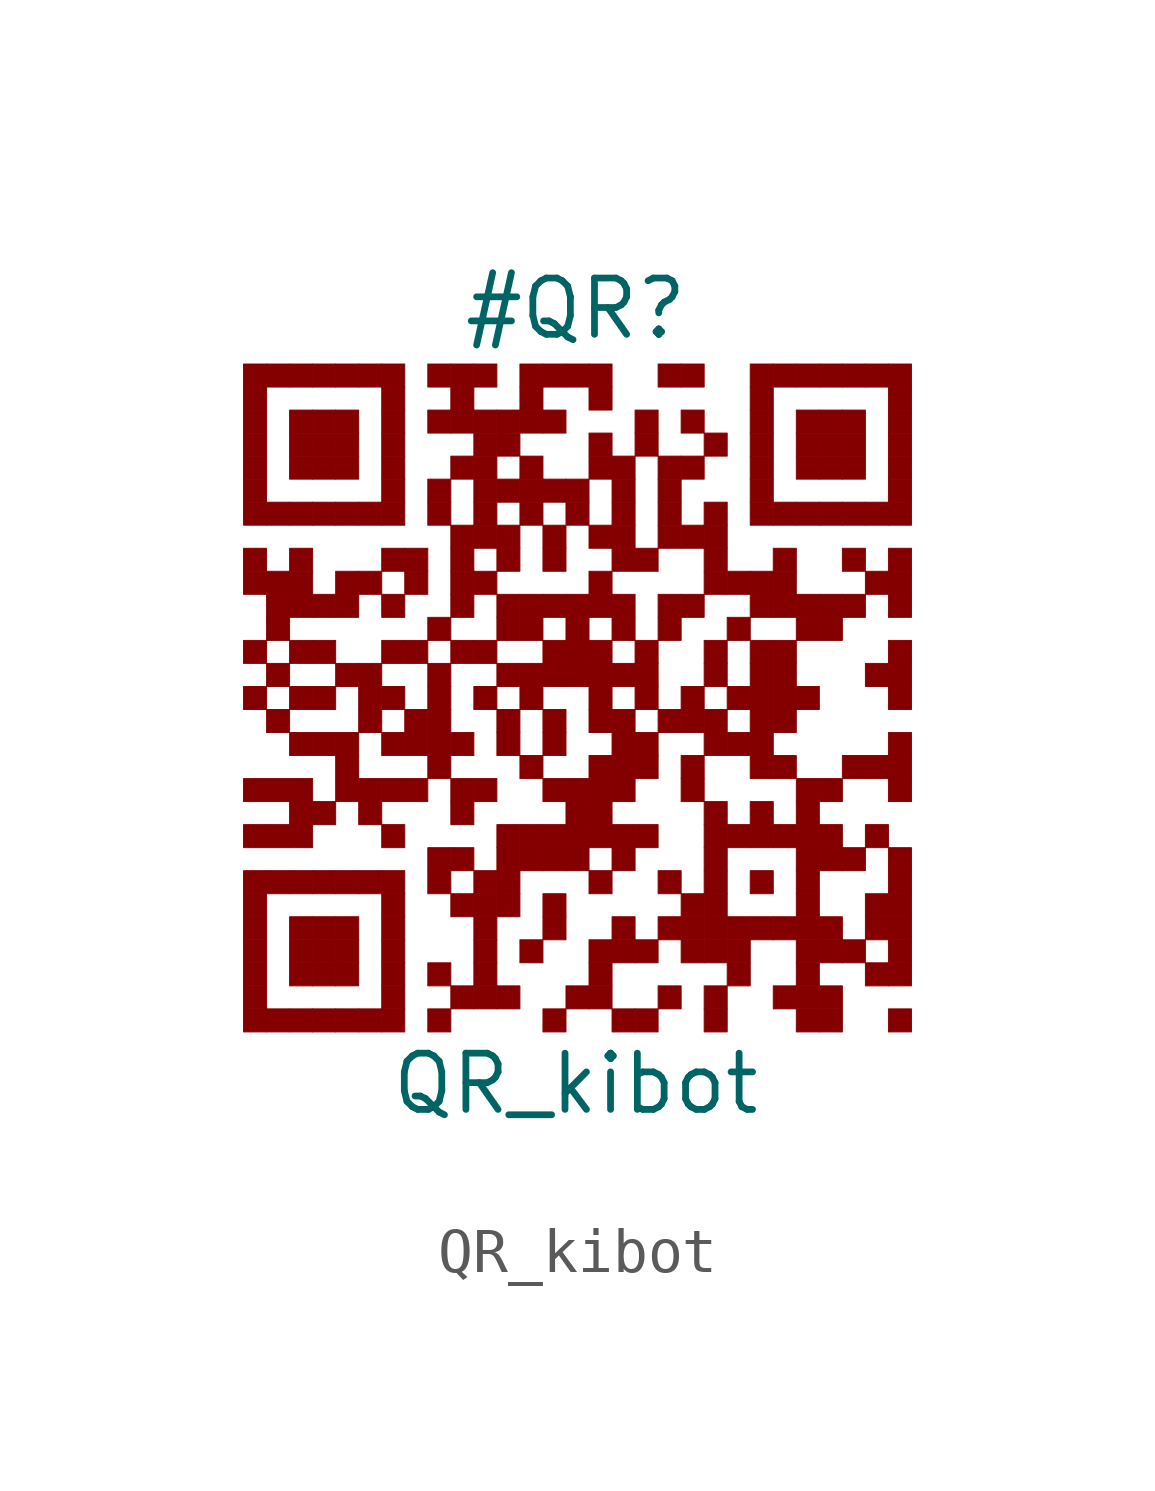
<source format=kicad_sym>
(kicad_symbol_lib
  (version 20211014)
  (generator kibot)
  (symbol "QR_kibot"
    (pin_numbers hide)
    (pin_names hide)
    (property "Reference" "#QR"
      (at 0 8.75 0)
      (effects (font (size 1.27 1.27))))
    (property "Value" "QR_kibot"
      (at 0 -8.75 0)
      (effects (font (size 1.27 1.27))))
    (rectangle
      (start -7.5 7.5)
      (end -6.98 6.98)
      (stroke (width 0.001) (type default))
      (fill (type outline)))
    (rectangle
      (start -6.98 7.5)
      (end -6.46 6.98)
      (stroke (width 0.001) (type default))
      (fill (type outline)))
    (rectangle
      (start -6.46 7.5)
      (end -5.94 6.98)
      (stroke (width 0.001) (type default))
      (fill (type outline)))
    (rectangle
      (start -5.94 7.5)
      (end -5.42 6.98)
      (stroke (width 0.001) (type default))
      (fill (type outline)))
    (rectangle
      (start -5.42 7.5)
      (end -4.9 6.98)
      (stroke (width 0.001) (type default))
      (fill (type outline)))
    (rectangle
      (start -4.9 7.5)
      (end -4.38 6.98)
      (stroke (width 0.001) (type default))
      (fill (type outline)))
    (rectangle
      (start -4.38 7.5)
      (end -3.86 6.98)
      (stroke (width 0.001) (type default))
      (fill (type outline)))
    (rectangle
      (start -3.34 7.5)
      (end -2.82 6.98)
      (stroke (width 0.001) (type default))
      (fill (type outline)))
    (rectangle
      (start -2.82 7.5)
      (end -2.3 6.98)
      (stroke (width 0.001) (type default))
      (fill (type outline)))
    (rectangle
      (start -2.3 7.5)
      (end -1.78 6.98)
      (stroke (width 0.001) (type default))
      (fill (type outline)))
    (rectangle
      (start -1.26 7.5)
      (end -0.74 6.98)
      (stroke (width 0.001) (type default))
      (fill (type outline)))
    (rectangle
      (start -0.74 7.5)
      (end -0.22 6.98)
      (stroke (width 0.001) (type default))
      (fill (type outline)))
    (rectangle
      (start -0.22 7.5)
      (end 0.3 6.98)
      (stroke (width 0.001) (type default))
      (fill (type outline)))
    (rectangle
      (start 0.3 7.5)
      (end 0.82 6.98)
      (stroke (width 0.001) (type default))
      (fill (type outline)))
    (rectangle
      (start 1.86 7.5)
      (end 2.38 6.98)
      (stroke (width 0.001) (type default))
      (fill (type outline)))
    (rectangle
      (start 2.38 7.5)
      (end 2.9 6.98)
      (stroke (width 0.001) (type default))
      (fill (type outline)))
    (rectangle
      (start 3.94 7.5)
      (end 4.46 6.98)
      (stroke (width 0.001) (type default))
      (fill (type outline)))
    (rectangle
      (start 4.46 7.5)
      (end 4.98 6.98)
      (stroke (width 0.001) (type default))
      (fill (type outline)))
    (rectangle
      (start 4.98 7.5)
      (end 5.5 6.98)
      (stroke (width 0.001) (type default))
      (fill (type outline)))
    (rectangle
      (start 5.5 7.5)
      (end 6.02 6.98)
      (stroke (width 0.001) (type default))
      (fill (type outline)))
    (rectangle
      (start 6.02 7.5)
      (end 6.54 6.98)
      (stroke (width 0.001) (type default))
      (fill (type outline)))
    (rectangle
      (start 6.54 7.5)
      (end 7.06 6.98)
      (stroke (width 0.001) (type default))
      (fill (type outline)))
    (rectangle
      (start 7.06 7.5)
      (end 7.58 6.98)
      (stroke (width 0.001) (type default))
      (fill (type outline)))
    (rectangle
      (start -7.5 6.98)
      (end -6.98 6.46)
      (stroke (width 0.001) (type default))
      (fill (type outline)))
    (rectangle
      (start -4.38 6.98)
      (end -3.86 6.46)
      (stroke (width 0.001) (type default))
      (fill (type outline)))
    (rectangle
      (start -2.82 6.98)
      (end -2.3 6.46)
      (stroke (width 0.001) (type default))
      (fill (type outline)))
    (rectangle
      (start -1.26 6.98)
      (end -0.74 6.46)
      (stroke (width 0.001) (type default))
      (fill (type outline)))
    (rectangle
      (start 0.3 6.98)
      (end 0.82 6.46)
      (stroke (width 0.001) (type default))
      (fill (type outline)))
    (rectangle
      (start 3.94 6.98)
      (end 4.46 6.46)
      (stroke (width 0.001) (type default))
      (fill (type outline)))
    (rectangle
      (start 7.06 6.98)
      (end 7.58 6.46)
      (stroke (width 0.001) (type default))
      (fill (type outline)))
    (rectangle
      (start -7.5 6.46)
      (end -6.98 5.94)
      (stroke (width 0.001) (type default))
      (fill (type outline)))
    (rectangle
      (start -6.46 6.46)
      (end -5.94 5.94)
      (stroke (width 0.001) (type default))
      (fill (type outline)))
    (rectangle
      (start -5.94 6.46)
      (end -5.42 5.94)
      (stroke (width 0.001) (type default))
      (fill (type outline)))
    (rectangle
      (start -5.42 6.46)
      (end -4.9 5.94)
      (stroke (width 0.001) (type default))
      (fill (type outline)))
    (rectangle
      (start -4.38 6.46)
      (end -3.86 5.94)
      (stroke (width 0.001) (type default))
      (fill (type outline)))
    (rectangle
      (start -3.34 6.46)
      (end -2.82 5.94)
      (stroke (width 0.001) (type default))
      (fill (type outline)))
    (rectangle
      (start -2.82 6.46)
      (end -2.3 5.94)
      (stroke (width 0.001) (type default))
      (fill (type outline)))
    (rectangle
      (start -2.3 6.46)
      (end -1.78 5.94)
      (stroke (width 0.001) (type default))
      (fill (type outline)))
    (rectangle
      (start -1.78 6.46)
      (end -1.26 5.94)
      (stroke (width 0.001) (type default))
      (fill (type outline)))
    (rectangle
      (start -1.26 6.46)
      (end -0.74 5.94)
      (stroke (width 0.001) (type default))
      (fill (type outline)))
    (rectangle
      (start -0.74 6.46)
      (end -0.22 5.94)
      (stroke (width 0.001) (type default))
      (fill (type outline)))
    (rectangle
      (start 1.34 6.46)
      (end 1.86 5.94)
      (stroke (width 0.001) (type default))
      (fill (type outline)))
    (rectangle
      (start 2.38 6.46)
      (end 2.9 5.94)
      (stroke (width 0.001) (type default))
      (fill (type outline)))
    (rectangle
      (start 3.94 6.46)
      (end 4.46 5.94)
      (stroke (width 0.001) (type default))
      (fill (type outline)))
    (rectangle
      (start 4.98 6.46)
      (end 5.5 5.94)
      (stroke (width 0.001) (type default))
      (fill (type outline)))
    (rectangle
      (start 5.5 6.46)
      (end 6.02 5.94)
      (stroke (width 0.001) (type default))
      (fill (type outline)))
    (rectangle
      (start 6.02 6.46)
      (end 6.54 5.94)
      (stroke (width 0.001) (type default))
      (fill (type outline)))
    (rectangle
      (start 7.06 6.46)
      (end 7.58 5.94)
      (stroke (width 0.001) (type default))
      (fill (type outline)))
    (rectangle
      (start -7.5 5.94)
      (end -6.98 5.42)
      (stroke (width 0.001) (type default))
      (fill (type outline)))
    (rectangle
      (start -6.46 5.94)
      (end -5.94 5.42)
      (stroke (width 0.001) (type default))
      (fill (type outline)))
    (rectangle
      (start -5.94 5.94)
      (end -5.42 5.42)
      (stroke (width 0.001) (type default))
      (fill (type outline)))
    (rectangle
      (start -5.42 5.94)
      (end -4.9 5.42)
      (stroke (width 0.001) (type default))
      (fill (type outline)))
    (rectangle
      (start -4.38 5.94)
      (end -3.86 5.42)
      (stroke (width 0.001) (type default))
      (fill (type outline)))
    (rectangle
      (start -2.3 5.94)
      (end -1.78 5.42)
      (stroke (width 0.001) (type default))
      (fill (type outline)))
    (rectangle
      (start -1.78 5.94)
      (end -1.26 5.42)
      (stroke (width 0.001) (type default))
      (fill (type outline)))
    (rectangle
      (start 0.3 5.94)
      (end 0.82 5.42)
      (stroke (width 0.001) (type default))
      (fill (type outline)))
    (rectangle
      (start 1.34 5.94)
      (end 1.86 5.42)
      (stroke (width 0.001) (type default))
      (fill (type outline)))
    (rectangle
      (start 2.9 5.94)
      (end 3.42 5.42)
      (stroke (width 0.001) (type default))
      (fill (type outline)))
    (rectangle
      (start 3.94 5.94)
      (end 4.46 5.42)
      (stroke (width 0.001) (type default))
      (fill (type outline)))
    (rectangle
      (start 4.98 5.94)
      (end 5.5 5.42)
      (stroke (width 0.001) (type default))
      (fill (type outline)))
    (rectangle
      (start 5.5 5.94)
      (end 6.02 5.42)
      (stroke (width 0.001) (type default))
      (fill (type outline)))
    (rectangle
      (start 6.02 5.94)
      (end 6.54 5.42)
      (stroke (width 0.001) (type default))
      (fill (type outline)))
    (rectangle
      (start 7.06 5.94)
      (end 7.58 5.42)
      (stroke (width 0.001) (type default))
      (fill (type outline)))
    (rectangle
      (start -7.5 5.42)
      (end -6.98 4.9)
      (stroke (width 0.001) (type default))
      (fill (type outline)))
    (rectangle
      (start -6.46 5.42)
      (end -5.94 4.9)
      (stroke (width 0.001) (type default))
      (fill (type outline)))
    (rectangle
      (start -5.94 5.42)
      (end -5.42 4.9)
      (stroke (width 0.001) (type default))
      (fill (type outline)))
    (rectangle
      (start -5.42 5.42)
      (end -4.9 4.9)
      (stroke (width 0.001) (type default))
      (fill (type outline)))
    (rectangle
      (start -4.38 5.42)
      (end -3.86 4.9)
      (stroke (width 0.001) (type default))
      (fill (type outline)))
    (rectangle
      (start -2.82 5.42)
      (end -2.3 4.9)
      (stroke (width 0.001) (type default))
      (fill (type outline)))
    (rectangle
      (start -2.3 5.42)
      (end -1.78 4.9)
      (stroke (width 0.001) (type default))
      (fill (type outline)))
    (rectangle
      (start -1.26 5.42)
      (end -0.74 4.9)
      (stroke (width 0.001) (type default))
      (fill (type outline)))
    (rectangle
      (start 0.3 5.42)
      (end 0.82 4.9)
      (stroke (width 0.001) (type default))
      (fill (type outline)))
    (rectangle
      (start 0.82 5.42)
      (end 1.34 4.9)
      (stroke (width 0.001) (type default))
      (fill (type outline)))
    (rectangle
      (start 1.86 5.42)
      (end 2.38 4.9)
      (stroke (width 0.001) (type default))
      (fill (type outline)))
    (rectangle
      (start 2.38 5.42)
      (end 2.9 4.9)
      (stroke (width 0.001) (type default))
      (fill (type outline)))
    (rectangle
      (start 3.94 5.42)
      (end 4.46 4.9)
      (stroke (width 0.001) (type default))
      (fill (type outline)))
    (rectangle
      (start 4.98 5.42)
      (end 5.5 4.9)
      (stroke (width 0.001) (type default))
      (fill (type outline)))
    (rectangle
      (start 5.5 5.42)
      (end 6.02 4.9)
      (stroke (width 0.001) (type default))
      (fill (type outline)))
    (rectangle
      (start 6.02 5.42)
      (end 6.54 4.9)
      (stroke (width 0.001) (type default))
      (fill (type outline)))
    (rectangle
      (start 7.06 5.42)
      (end 7.58 4.9)
      (stroke (width 0.001) (type default))
      (fill (type outline)))
    (rectangle
      (start -7.5 4.9)
      (end -6.98 4.38)
      (stroke (width 0.001) (type default))
      (fill (type outline)))
    (rectangle
      (start -4.38 4.9)
      (end -3.86 4.38)
      (stroke (width 0.001) (type default))
      (fill (type outline)))
    (rectangle
      (start -3.34 4.9)
      (end -2.82 4.38)
      (stroke (width 0.001) (type default))
      (fill (type outline)))
    (rectangle
      (start -2.3 4.9)
      (end -1.78 4.38)
      (stroke (width 0.001) (type default))
      (fill (type outline)))
    (rectangle
      (start -1.78 4.9)
      (end -1.26 4.38)
      (stroke (width 0.001) (type default))
      (fill (type outline)))
    (rectangle
      (start -1.26 4.9)
      (end -0.74 4.38)
      (stroke (width 0.001) (type default))
      (fill (type outline)))
    (rectangle
      (start -0.74 4.9)
      (end -0.22 4.38)
      (stroke (width 0.001) (type default))
      (fill (type outline)))
    (rectangle
      (start -0.22 4.9)
      (end 0.3 4.38)
      (stroke (width 0.001) (type default))
      (fill (type outline)))
    (rectangle
      (start 0.82 4.9)
      (end 1.34 4.38)
      (stroke (width 0.001) (type default))
      (fill (type outline)))
    (rectangle
      (start 1.86 4.9)
      (end 2.38 4.38)
      (stroke (width 0.001) (type default))
      (fill (type outline)))
    (rectangle
      (start 3.94 4.9)
      (end 4.46 4.38)
      (stroke (width 0.001) (type default))
      (fill (type outline)))
    (rectangle
      (start 7.06 4.9)
      (end 7.58 4.38)
      (stroke (width 0.001) (type default))
      (fill (type outline)))
    (rectangle
      (start -7.5 4.38)
      (end -6.98 3.86)
      (stroke (width 0.001) (type default))
      (fill (type outline)))
    (rectangle
      (start -6.98 4.38)
      (end -6.46 3.86)
      (stroke (width 0.001) (type default))
      (fill (type outline)))
    (rectangle
      (start -6.46 4.38)
      (end -5.94 3.86)
      (stroke (width 0.001) (type default))
      (fill (type outline)))
    (rectangle
      (start -5.94 4.38)
      (end -5.42 3.86)
      (stroke (width 0.001) (type default))
      (fill (type outline)))
    (rectangle
      (start -5.42 4.38)
      (end -4.9 3.86)
      (stroke (width 0.001) (type default))
      (fill (type outline)))
    (rectangle
      (start -4.9 4.38)
      (end -4.38 3.86)
      (stroke (width 0.001) (type default))
      (fill (type outline)))
    (rectangle
      (start -4.38 4.38)
      (end -3.86 3.86)
      (stroke (width 0.001) (type default))
      (fill (type outline)))
    (rectangle
      (start -3.34 4.38)
      (end -2.82 3.86)
      (stroke (width 0.001) (type default))
      (fill (type outline)))
    (rectangle
      (start -2.3 4.38)
      (end -1.78 3.86)
      (stroke (width 0.001) (type default))
      (fill (type outline)))
    (rectangle
      (start -1.26 4.38)
      (end -0.74 3.86)
      (stroke (width 0.001) (type default))
      (fill (type outline)))
    (rectangle
      (start -0.22 4.38)
      (end 0.3 3.86)
      (stroke (width 0.001) (type default))
      (fill (type outline)))
    (rectangle
      (start 0.82 4.38)
      (end 1.34 3.86)
      (stroke (width 0.001) (type default))
      (fill (type outline)))
    (rectangle
      (start 1.86 4.38)
      (end 2.38 3.86)
      (stroke (width 0.001) (type default))
      (fill (type outline)))
    (rectangle
      (start 2.9 4.38)
      (end 3.42 3.86)
      (stroke (width 0.001) (type default))
      (fill (type outline)))
    (rectangle
      (start 3.94 4.38)
      (end 4.46 3.86)
      (stroke (width 0.001) (type default))
      (fill (type outline)))
    (rectangle
      (start 4.46 4.38)
      (end 4.98 3.86)
      (stroke (width 0.001) (type default))
      (fill (type outline)))
    (rectangle
      (start 4.98 4.38)
      (end 5.5 3.86)
      (stroke (width 0.001) (type default))
      (fill (type outline)))
    (rectangle
      (start 5.5 4.38)
      (end 6.02 3.86)
      (stroke (width 0.001) (type default))
      (fill (type outline)))
    (rectangle
      (start 6.02 4.38)
      (end 6.54 3.86)
      (stroke (width 0.001) (type default))
      (fill (type outline)))
    (rectangle
      (start 6.54 4.38)
      (end 7.06 3.86)
      (stroke (width 0.001) (type default))
      (fill (type outline)))
    (rectangle
      (start 7.06 4.38)
      (end 7.58 3.86)
      (stroke (width 0.001) (type default))
      (fill (type outline)))
    (rectangle
      (start -2.82 3.86)
      (end -2.3 3.34)
      (stroke (width 0.001) (type default))
      (fill (type outline)))
    (rectangle
      (start -2.3 3.86)
      (end -1.78 3.34)
      (stroke (width 0.001) (type default))
      (fill (type outline)))
    (rectangle
      (start -1.78 3.86)
      (end -1.26 3.34)
      (stroke (width 0.001) (type default))
      (fill (type outline)))
    (rectangle
      (start -0.74 3.86)
      (end -0.22 3.34)
      (stroke (width 0.001) (type default))
      (fill (type outline)))
    (rectangle
      (start 0.3 3.86)
      (end 0.82 3.34)
      (stroke (width 0.001) (type default))
      (fill (type outline)))
    (rectangle
      (start 0.82 3.86)
      (end 1.34 3.34)
      (stroke (width 0.001) (type default))
      (fill (type outline)))
    (rectangle
      (start 1.86 3.86)
      (end 2.38 3.34)
      (stroke (width 0.001) (type default))
      (fill (type outline)))
    (rectangle
      (start 2.38 3.86)
      (end 2.9 3.34)
      (stroke (width 0.001) (type default))
      (fill (type outline)))
    (rectangle
      (start 2.9 3.86)
      (end 3.42 3.34)
      (stroke (width 0.001) (type default))
      (fill (type outline)))
    (rectangle
      (start -7.5 3.34)
      (end -6.98 2.82)
      (stroke (width 0.001) (type default))
      (fill (type outline)))
    (rectangle
      (start -6.46 3.34)
      (end -5.94 2.82)
      (stroke (width 0.001) (type default))
      (fill (type outline)))
    (rectangle
      (start -4.38 3.34)
      (end -3.86 2.82)
      (stroke (width 0.001) (type default))
      (fill (type outline)))
    (rectangle
      (start -3.86 3.34)
      (end -3.34 2.82)
      (stroke (width 0.001) (type default))
      (fill (type outline)))
    (rectangle
      (start -2.82 3.34)
      (end -2.3 2.82)
      (stroke (width 0.001) (type default))
      (fill (type outline)))
    (rectangle
      (start -1.78 3.34)
      (end -1.26 2.82)
      (stroke (width 0.001) (type default))
      (fill (type outline)))
    (rectangle
      (start -0.74 3.34)
      (end -0.22 2.82)
      (stroke (width 0.001) (type default))
      (fill (type outline)))
    (rectangle
      (start 0.82 3.34)
      (end 1.34 2.82)
      (stroke (width 0.001) (type default))
      (fill (type outline)))
    (rectangle
      (start 1.34 3.34)
      (end 1.86 2.82)
      (stroke (width 0.001) (type default))
      (fill (type outline)))
    (rectangle
      (start 2.9 3.34)
      (end 3.42 2.82)
      (stroke (width 0.001) (type default))
      (fill (type outline)))
    (rectangle
      (start 4.46 3.34)
      (end 4.98 2.82)
      (stroke (width 0.001) (type default))
      (fill (type outline)))
    (rectangle
      (start 6.02 3.34)
      (end 6.54 2.82)
      (stroke (width 0.001) (type default))
      (fill (type outline)))
    (rectangle
      (start 7.06 3.34)
      (end 7.58 2.82)
      (stroke (width 0.001) (type default))
      (fill (type outline)))
    (rectangle
      (start -7.5 2.82)
      (end -6.98 2.3)
      (stroke (width 0.001) (type default))
      (fill (type outline)))
    (rectangle
      (start -6.98 2.82)
      (end -6.46 2.3)
      (stroke (width 0.001) (type default))
      (fill (type outline)))
    (rectangle
      (start -6.46 2.82)
      (end -5.94 2.3)
      (stroke (width 0.001) (type default))
      (fill (type outline)))
    (rectangle
      (start -5.42 2.82)
      (end -4.9 2.3)
      (stroke (width 0.001) (type default))
      (fill (type outline)))
    (rectangle
      (start -4.9 2.82)
      (end -4.38 2.3)
      (stroke (width 0.001) (type default))
      (fill (type outline)))
    (rectangle
      (start -3.86 2.82)
      (end -3.34 2.3)
      (stroke (width 0.001) (type default))
      (fill (type outline)))
    (rectangle
      (start -2.82 2.82)
      (end -2.3 2.3)
      (stroke (width 0.001) (type default))
      (fill (type outline)))
    (rectangle
      (start -2.3 2.82)
      (end -1.78 2.3)
      (stroke (width 0.001) (type default))
      (fill (type outline)))
    (rectangle
      (start 0.3 2.82)
      (end 0.82 2.3)
      (stroke (width 0.001) (type default))
      (fill (type outline)))
    (rectangle
      (start 2.9 2.82)
      (end 3.42 2.3)
      (stroke (width 0.001) (type default))
      (fill (type outline)))
    (rectangle
      (start 3.42 2.82)
      (end 3.94 2.3)
      (stroke (width 0.001) (type default))
      (fill (type outline)))
    (rectangle
      (start 3.94 2.82)
      (end 4.46 2.3)
      (stroke (width 0.001) (type default))
      (fill (type outline)))
    (rectangle
      (start 4.46 2.82)
      (end 4.98 2.3)
      (stroke (width 0.001) (type default))
      (fill (type outline)))
    (rectangle
      (start 6.54 2.82)
      (end 7.06 2.3)
      (stroke (width 0.001) (type default))
      (fill (type outline)))
    (rectangle
      (start 7.06 2.82)
      (end 7.58 2.3)
      (stroke (width 0.001) (type default))
      (fill (type outline)))
    (rectangle
      (start -6.98 2.3)
      (end -6.46 1.78)
      (stroke (width 0.001) (type default))
      (fill (type outline)))
    (rectangle
      (start -6.46 2.3)
      (end -5.94 1.78)
      (stroke (width 0.001) (type default))
      (fill (type outline)))
    (rectangle
      (start -5.94 2.3)
      (end -5.42 1.78)
      (stroke (width 0.001) (type default))
      (fill (type outline)))
    (rectangle
      (start -5.42 2.3)
      (end -4.9 1.78)
      (stroke (width 0.001) (type default))
      (fill (type outline)))
    (rectangle
      (start -4.38 2.3)
      (end -3.86 1.78)
      (stroke (width 0.001) (type default))
      (fill (type outline)))
    (rectangle
      (start -2.82 2.3)
      (end -2.3 1.78)
      (stroke (width 0.001) (type default))
      (fill (type outline)))
    (rectangle
      (start -1.78 2.3)
      (end -1.26 1.78)
      (stroke (width 0.001) (type default))
      (fill (type outline)))
    (rectangle
      (start -1.26 2.3)
      (end -0.74 1.78)
      (stroke (width 0.001) (type default))
      (fill (type outline)))
    (rectangle
      (start -0.74 2.3)
      (end -0.22 1.78)
      (stroke (width 0.001) (type default))
      (fill (type outline)))
    (rectangle
      (start -0.22 2.3)
      (end 0.3 1.78)
      (stroke (width 0.001) (type default))
      (fill (type outline)))
    (rectangle
      (start 0.3 2.3)
      (end 0.82 1.78)
      (stroke (width 0.001) (type default))
      (fill (type outline)))
    (rectangle
      (start 0.82 2.3)
      (end 1.34 1.78)
      (stroke (width 0.001) (type default))
      (fill (type outline)))
    (rectangle
      (start 1.86 2.3)
      (end 2.38 1.78)
      (stroke (width 0.001) (type default))
      (fill (type outline)))
    (rectangle
      (start 2.38 2.3)
      (end 2.9 1.78)
      (stroke (width 0.001) (type default))
      (fill (type outline)))
    (rectangle
      (start 3.94 2.3)
      (end 4.46 1.78)
      (stroke (width 0.001) (type default))
      (fill (type outline)))
    (rectangle
      (start 4.46 2.3)
      (end 4.98 1.78)
      (stroke (width 0.001) (type default))
      (fill (type outline)))
    (rectangle
      (start 4.98 2.3)
      (end 5.5 1.78)
      (stroke (width 0.001) (type default))
      (fill (type outline)))
    (rectangle
      (start 5.5 2.3)
      (end 6.02 1.78)
      (stroke (width 0.001) (type default))
      (fill (type outline)))
    (rectangle
      (start 6.02 2.3)
      (end 6.54 1.78)
      (stroke (width 0.001) (type default))
      (fill (type outline)))
    (rectangle
      (start 7.06 2.3)
      (end 7.58 1.78)
      (stroke (width 0.001) (type default))
      (fill (type outline)))
    (rectangle
      (start -6.98 1.78)
      (end -6.46 1.26)
      (stroke (width 0.001) (type default))
      (fill (type outline)))
    (rectangle
      (start -3.34 1.78)
      (end -2.82 1.26)
      (stroke (width 0.001) (type default))
      (fill (type outline)))
    (rectangle
      (start -1.78 1.78)
      (end -1.26 1.26)
      (stroke (width 0.001) (type default))
      (fill (type outline)))
    (rectangle
      (start -1.26 1.78)
      (end -0.74 1.26)
      (stroke (width 0.001) (type default))
      (fill (type outline)))
    (rectangle
      (start -0.22 1.78)
      (end 0.3 1.26)
      (stroke (width 0.001) (type default))
      (fill (type outline)))
    (rectangle
      (start 0.82 1.78)
      (end 1.34 1.26)
      (stroke (width 0.001) (type default))
      (fill (type outline)))
    (rectangle
      (start 1.86 1.78)
      (end 2.38 1.26)
      (stroke (width 0.001) (type default))
      (fill (type outline)))
    (rectangle
      (start 3.42 1.78)
      (end 3.94 1.26)
      (stroke (width 0.001) (type default))
      (fill (type outline)))
    (rectangle
      (start 4.98 1.78)
      (end 5.5 1.26)
      (stroke (width 0.001) (type default))
      (fill (type outline)))
    (rectangle
      (start 5.5 1.78)
      (end 6.02 1.26)
      (stroke (width 0.001) (type default))
      (fill (type outline)))
    (rectangle
      (start -7.5 1.26)
      (end -6.98 0.74)
      (stroke (width 0.001) (type default))
      (fill (type outline)))
    (rectangle
      (start -6.46 1.26)
      (end -5.94 0.74)
      (stroke (width 0.001) (type default))
      (fill (type outline)))
    (rectangle
      (start -5.94 1.26)
      (end -5.42 0.74)
      (stroke (width 0.001) (type default))
      (fill (type outline)))
    (rectangle
      (start -4.38 1.26)
      (end -3.86 0.74)
      (stroke (width 0.001) (type default))
      (fill (type outline)))
    (rectangle
      (start -3.86 1.26)
      (end -3.34 0.74)
      (stroke (width 0.001) (type default))
      (fill (type outline)))
    (rectangle
      (start -2.82 1.26)
      (end -2.3 0.74)
      (stroke (width 0.001) (type default))
      (fill (type outline)))
    (rectangle
      (start -2.3 1.26)
      (end -1.78 0.74)
      (stroke (width 0.001) (type default))
      (fill (type outline)))
    (rectangle
      (start -0.74 1.26)
      (end -0.22 0.74)
      (stroke (width 0.001) (type default))
      (fill (type outline)))
    (rectangle
      (start -0.22 1.26)
      (end 0.3 0.74)
      (stroke (width 0.001) (type default))
      (fill (type outline)))
    (rectangle
      (start 0.3 1.26)
      (end 0.82 0.74)
      (stroke (width 0.001) (type default))
      (fill (type outline)))
    (rectangle
      (start 1.34 1.26)
      (end 1.86 0.74)
      (stroke (width 0.001) (type default))
      (fill (type outline)))
    (rectangle
      (start 2.9 1.26)
      (end 3.42 0.74)
      (stroke (width 0.001) (type default))
      (fill (type outline)))
    (rectangle
      (start 3.94 1.26)
      (end 4.46 0.74)
      (stroke (width 0.001) (type default))
      (fill (type outline)))
    (rectangle
      (start 4.46 1.26)
      (end 4.98 0.74)
      (stroke (width 0.001) (type default))
      (fill (type outline)))
    (rectangle
      (start 7.06 1.26)
      (end 7.58 0.74)
      (stroke (width 0.001) (type default))
      (fill (type outline)))
    (rectangle
      (start -6.98 0.74)
      (end -6.46 0.22)
      (stroke (width 0.001) (type default))
      (fill (type outline)))
    (rectangle
      (start -5.42 0.74)
      (end -4.9 0.22)
      (stroke (width 0.001) (type default))
      (fill (type outline)))
    (rectangle
      (start -4.9 0.74)
      (end -4.38 0.22)
      (stroke (width 0.001) (type default))
      (fill (type outline)))
    (rectangle
      (start -3.34 0.74)
      (end -2.82 0.22)
      (stroke (width 0.001) (type default))
      (fill (type outline)))
    (rectangle
      (start -1.78 0.74)
      (end -1.26 0.22)
      (stroke (width 0.001) (type default))
      (fill (type outline)))
    (rectangle
      (start -1.26 0.74)
      (end -0.74 0.22)
      (stroke (width 0.001) (type default))
      (fill (type outline)))
    (rectangle
      (start -0.74 0.74)
      (end -0.22 0.22)
      (stroke (width 0.001) (type default))
      (fill (type outline)))
    (rectangle
      (start -0.22 0.74)
      (end 0.3 0.22)
      (stroke (width 0.001) (type default))
      (fill (type outline)))
    (rectangle
      (start 0.3 0.74)
      (end 0.82 0.22)
      (stroke (width 0.001) (type default))
      (fill (type outline)))
    (rectangle
      (start 0.82 0.74)
      (end 1.34 0.22)
      (stroke (width 0.001) (type default))
      (fill (type outline)))
    (rectangle
      (start 1.34 0.74)
      (end 1.86 0.22)
      (stroke (width 0.001) (type default))
      (fill (type outline)))
    (rectangle
      (start 2.9 0.74)
      (end 3.42 0.22)
      (stroke (width 0.001) (type default))
      (fill (type outline)))
    (rectangle
      (start 3.94 0.74)
      (end 4.46 0.22)
      (stroke (width 0.001) (type default))
      (fill (type outline)))
    (rectangle
      (start 4.46 0.74)
      (end 4.98 0.22)
      (stroke (width 0.001) (type default))
      (fill (type outline)))
    (rectangle
      (start 6.54 0.74)
      (end 7.06 0.22)
      (stroke (width 0.001) (type default))
      (fill (type outline)))
    (rectangle
      (start 7.06 0.74)
      (end 7.58 0.22)
      (stroke (width 0.001) (type default))
      (fill (type outline)))
    (rectangle
      (start -7.5 0.22)
      (end -6.98 -0.3)
      (stroke (width 0.001) (type default))
      (fill (type outline)))
    (rectangle
      (start -6.46 0.22)
      (end -5.94 -0.3)
      (stroke (width 0.001) (type default))
      (fill (type outline)))
    (rectangle
      (start -5.94 0.22)
      (end -5.42 -0.3)
      (stroke (width 0.001) (type default))
      (fill (type outline)))
    (rectangle
      (start -4.9 0.22)
      (end -4.38 -0.3)
      (stroke (width 0.001) (type default))
      (fill (type outline)))
    (rectangle
      (start -4.38 0.22)
      (end -3.86 -0.3)
      (stroke (width 0.001) (type default))
      (fill (type outline)))
    (rectangle
      (start -3.34 0.22)
      (end -2.82 -0.3)
      (stroke (width 0.001) (type default))
      (fill (type outline)))
    (rectangle
      (start -2.3 0.22)
      (end -1.78 -0.3)
      (stroke (width 0.001) (type default))
      (fill (type outline)))
    (rectangle
      (start -1.26 0.22)
      (end -0.74 -0.3)
      (stroke (width 0.001) (type default))
      (fill (type outline)))
    (rectangle
      (start 0.3 0.22)
      (end 0.82 -0.3)
      (stroke (width 0.001) (type default))
      (fill (type outline)))
    (rectangle
      (start 1.34 0.22)
      (end 1.86 -0.3)
      (stroke (width 0.001) (type default))
      (fill (type outline)))
    (rectangle
      (start 2.38 0.22)
      (end 2.9 -0.3)
      (stroke (width 0.001) (type default))
      (fill (type outline)))
    (rectangle
      (start 3.42 0.22)
      (end 3.94 -0.3)
      (stroke (width 0.001) (type default))
      (fill (type outline)))
    (rectangle
      (start 3.94 0.22)
      (end 4.46 -0.3)
      (stroke (width 0.001) (type default))
      (fill (type outline)))
    (rectangle
      (start 4.46 0.22)
      (end 4.98 -0.3)
      (stroke (width 0.001) (type default))
      (fill (type outline)))
    (rectangle
      (start 4.98 0.22)
      (end 5.5 -0.3)
      (stroke (width 0.001) (type default))
      (fill (type outline)))
    (rectangle
      (start 7.06 0.22)
      (end 7.58 -0.3)
      (stroke (width 0.001) (type default))
      (fill (type outline)))
    (rectangle
      (start -6.98 -0.3)
      (end -6.46 -0.82)
      (stroke (width 0.001) (type default))
      (fill (type outline)))
    (rectangle
      (start -4.9 -0.3)
      (end -4.38 -0.82)
      (stroke (width 0.001) (type default))
      (fill (type outline)))
    (rectangle
      (start -3.86 -0.3)
      (end -3.34 -0.82)
      (stroke (width 0.001) (type default))
      (fill (type outline)))
    (rectangle
      (start -3.34 -0.3)
      (end -2.82 -0.82)
      (stroke (width 0.001) (type default))
      (fill (type outline)))
    (rectangle
      (start -1.78 -0.3)
      (end -1.26 -0.82)
      (stroke (width 0.001) (type default))
      (fill (type outline)))
    (rectangle
      (start -0.74 -0.3)
      (end -0.22 -0.82)
      (stroke (width 0.001) (type default))
      (fill (type outline)))
    (rectangle
      (start 0.3 -0.3)
      (end 0.82 -0.82)
      (stroke (width 0.001) (type default))
      (fill (type outline)))
    (rectangle
      (start 0.82 -0.3)
      (end 1.34 -0.82)
      (stroke (width 0.001) (type default))
      (fill (type outline)))
    (rectangle
      (start 1.86 -0.3)
      (end 2.38 -0.82)
      (stroke (width 0.001) (type default))
      (fill (type outline)))
    (rectangle
      (start 2.38 -0.3)
      (end 2.9 -0.82)
      (stroke (width 0.001) (type default))
      (fill (type outline)))
    (rectangle
      (start 2.9 -0.3)
      (end 3.42 -0.82)
      (stroke (width 0.001) (type default))
      (fill (type outline)))
    (rectangle
      (start 3.94 -0.3)
      (end 4.46 -0.82)
      (stroke (width 0.001) (type default))
      (fill (type outline)))
    (rectangle
      (start 4.46 -0.3)
      (end 4.98 -0.82)
      (stroke (width 0.001) (type default))
      (fill (type outline)))
    (rectangle
      (start -6.46 -0.82)
      (end -5.94 -1.34)
      (stroke (width 0.001) (type default))
      (fill (type outline)))
    (rectangle
      (start -5.94 -0.82)
      (end -5.42 -1.34)
      (stroke (width 0.001) (type default))
      (fill (type outline)))
    (rectangle
      (start -5.42 -0.82)
      (end -4.9 -1.34)
      (stroke (width 0.001) (type default))
      (fill (type outline)))
    (rectangle
      (start -4.38 -0.82)
      (end -3.86 -1.34)
      (stroke (width 0.001) (type default))
      (fill (type outline)))
    (rectangle
      (start -3.86 -0.82)
      (end -3.34 -1.34)
      (stroke (width 0.001) (type default))
      (fill (type outline)))
    (rectangle
      (start -3.34 -0.82)
      (end -2.82 -1.34)
      (stroke (width 0.001) (type default))
      (fill (type outline)))
    (rectangle
      (start -2.82 -0.82)
      (end -2.3 -1.34)
      (stroke (width 0.001) (type default))
      (fill (type outline)))
    (rectangle
      (start -1.78 -0.82)
      (end -1.26 -1.34)
      (stroke (width 0.001) (type default))
      (fill (type outline)))
    (rectangle
      (start -0.74 -0.82)
      (end -0.22 -1.34)
      (stroke (width 0.001) (type default))
      (fill (type outline)))
    (rectangle
      (start 0.82 -0.82)
      (end 1.34 -1.34)
      (stroke (width 0.001) (type default))
      (fill (type outline)))
    (rectangle
      (start 1.34 -0.82)
      (end 1.86 -1.34)
      (stroke (width 0.001) (type default))
      (fill (type outline)))
    (rectangle
      (start 2.9 -0.82)
      (end 3.42 -1.34)
      (stroke (width 0.001) (type default))
      (fill (type outline)))
    (rectangle
      (start 3.42 -0.82)
      (end 3.94 -1.34)
      (stroke (width 0.001) (type default))
      (fill (type outline)))
    (rectangle
      (start 3.94 -0.82)
      (end 4.46 -1.34)
      (stroke (width 0.001) (type default))
      (fill (type outline)))
    (rectangle
      (start 7.06 -0.82)
      (end 7.58 -1.34)
      (stroke (width 0.001) (type default))
      (fill (type outline)))
    (rectangle
      (start -5.42 -1.34)
      (end -4.9 -1.86)
      (stroke (width 0.001) (type default))
      (fill (type outline)))
    (rectangle
      (start -3.34 -1.34)
      (end -2.82 -1.86)
      (stroke (width 0.001) (type default))
      (fill (type outline)))
    (rectangle
      (start -1.26 -1.34)
      (end -0.74 -1.86)
      (stroke (width 0.001) (type default))
      (fill (type outline)))
    (rectangle
      (start 0.3 -1.34)
      (end 0.82 -1.86)
      (stroke (width 0.001) (type default))
      (fill (type outline)))
    (rectangle
      (start 0.82 -1.34)
      (end 1.34 -1.86)
      (stroke (width 0.001) (type default))
      (fill (type outline)))
    (rectangle
      (start 1.34 -1.34)
      (end 1.86 -1.86)
      (stroke (width 0.001) (type default))
      (fill (type outline)))
    (rectangle
      (start 2.38 -1.34)
      (end 2.9 -1.86)
      (stroke (width 0.001) (type default))
      (fill (type outline)))
    (rectangle
      (start 3.94 -1.34)
      (end 4.46 -1.86)
      (stroke (width 0.001) (type default))
      (fill (type outline)))
    (rectangle
      (start 4.46 -1.34)
      (end 4.98 -1.86)
      (stroke (width 0.001) (type default))
      (fill (type outline)))
    (rectangle
      (start 6.02 -1.34)
      (end 6.54 -1.86)
      (stroke (width 0.001) (type default))
      (fill (type outline)))
    (rectangle
      (start 6.54 -1.34)
      (end 7.06 -1.86)
      (stroke (width 0.001) (type default))
      (fill (type outline)))
    (rectangle
      (start 7.06 -1.34)
      (end 7.58 -1.86)
      (stroke (width 0.001) (type default))
      (fill (type outline)))
    (rectangle
      (start -7.5 -1.86)
      (end -6.98 -2.38)
      (stroke (width 0.001) (type default))
      (fill (type outline)))
    (rectangle
      (start -6.98 -1.86)
      (end -6.46 -2.38)
      (stroke (width 0.001) (type default))
      (fill (type outline)))
    (rectangle
      (start -6.46 -1.86)
      (end -5.94 -2.38)
      (stroke (width 0.001) (type default))
      (fill (type outline)))
    (rectangle
      (start -5.42 -1.86)
      (end -4.9 -2.38)
      (stroke (width 0.001) (type default))
      (fill (type outline)))
    (rectangle
      (start -4.9 -1.86)
      (end -4.38 -2.38)
      (stroke (width 0.001) (type default))
      (fill (type outline)))
    (rectangle
      (start -4.38 -1.86)
      (end -3.86 -2.38)
      (stroke (width 0.001) (type default))
      (fill (type outline)))
    (rectangle
      (start -3.86 -1.86)
      (end -3.34 -2.38)
      (stroke (width 0.001) (type default))
      (fill (type outline)))
    (rectangle
      (start -2.82 -1.86)
      (end -2.3 -2.38)
      (stroke (width 0.001) (type default))
      (fill (type outline)))
    (rectangle
      (start -2.3 -1.86)
      (end -1.78 -2.38)
      (stroke (width 0.001) (type default))
      (fill (type outline)))
    (rectangle
      (start -0.74 -1.86)
      (end -0.22 -2.38)
      (stroke (width 0.001) (type default))
      (fill (type outline)))
    (rectangle
      (start -0.22 -1.86)
      (end 0.3 -2.38)
      (stroke (width 0.001) (type default))
      (fill (type outline)))
    (rectangle
      (start 0.3 -1.86)
      (end 0.82 -2.38)
      (stroke (width 0.001) (type default))
      (fill (type outline)))
    (rectangle
      (start 0.82 -1.86)
      (end 1.34 -2.38)
      (stroke (width 0.001) (type default))
      (fill (type outline)))
    (rectangle
      (start 2.38 -1.86)
      (end 2.9 -2.38)
      (stroke (width 0.001) (type default))
      (fill (type outline)))
    (rectangle
      (start 4.98 -1.86)
      (end 5.5 -2.38)
      (stroke (width 0.001) (type default))
      (fill (type outline)))
    (rectangle
      (start 5.5 -1.86)
      (end 6.02 -2.38)
      (stroke (width 0.001) (type default))
      (fill (type outline)))
    (rectangle
      (start 7.06 -1.86)
      (end 7.58 -2.38)
      (stroke (width 0.001) (type default))
      (fill (type outline)))
    (rectangle
      (start -6.46 -2.38)
      (end -5.94 -2.9)
      (stroke (width 0.001) (type default))
      (fill (type outline)))
    (rectangle
      (start -5.94 -2.38)
      (end -5.42 -2.9)
      (stroke (width 0.001) (type default))
      (fill (type outline)))
    (rectangle
      (start -4.9 -2.38)
      (end -4.38 -2.9)
      (stroke (width 0.001) (type default))
      (fill (type outline)))
    (rectangle
      (start -2.82 -2.38)
      (end -2.3 -2.9)
      (stroke (width 0.001) (type default))
      (fill (type outline)))
    (rectangle
      (start -0.22 -2.38)
      (end 0.3 -2.9)
      (stroke (width 0.001) (type default))
      (fill (type outline)))
    (rectangle
      (start 0.3 -2.38)
      (end 0.82 -2.9)
      (stroke (width 0.001) (type default))
      (fill (type outline)))
    (rectangle
      (start 2.9 -2.38)
      (end 3.42 -2.9)
      (stroke (width 0.001) (type default))
      (fill (type outline)))
    (rectangle
      (start 3.94 -2.38)
      (end 4.46 -2.9)
      (stroke (width 0.001) (type default))
      (fill (type outline)))
    (rectangle
      (start 4.98 -2.38)
      (end 5.5 -2.9)
      (stroke (width 0.001) (type default))
      (fill (type outline)))
    (rectangle
      (start -7.5 -2.9)
      (end -6.98 -3.42)
      (stroke (width 0.001) (type default))
      (fill (type outline)))
    (rectangle
      (start -6.98 -2.9)
      (end -6.46 -3.42)
      (stroke (width 0.001) (type default))
      (fill (type outline)))
    (rectangle
      (start -6.46 -2.9)
      (end -5.94 -3.42)
      (stroke (width 0.001) (type default))
      (fill (type outline)))
    (rectangle
      (start -4.38 -2.9)
      (end -3.86 -3.42)
      (stroke (width 0.001) (type default))
      (fill (type outline)))
    (rectangle
      (start -1.78 -2.9)
      (end -1.26 -3.42)
      (stroke (width 0.001) (type default))
      (fill (type outline)))
    (rectangle
      (start -1.26 -2.9)
      (end -0.74 -3.42)
      (stroke (width 0.001) (type default))
      (fill (type outline)))
    (rectangle
      (start -0.74 -2.9)
      (end -0.22 -3.42)
      (stroke (width 0.001) (type default))
      (fill (type outline)))
    (rectangle
      (start -0.22 -2.9)
      (end 0.3 -3.42)
      (stroke (width 0.001) (type default))
      (fill (type outline)))
    (rectangle
      (start 0.3 -2.9)
      (end 0.82 -3.42)
      (stroke (width 0.001) (type default))
      (fill (type outline)))
    (rectangle
      (start 0.82 -2.9)
      (end 1.34 -3.42)
      (stroke (width 0.001) (type default))
      (fill (type outline)))
    (rectangle
      (start 1.34 -2.9)
      (end 1.86 -3.42)
      (stroke (width 0.001) (type default))
      (fill (type outline)))
    (rectangle
      (start 2.9 -2.9)
      (end 3.42 -3.42)
      (stroke (width 0.001) (type default))
      (fill (type outline)))
    (rectangle
      (start 3.42 -2.9)
      (end 3.94 -3.42)
      (stroke (width 0.001) (type default))
      (fill (type outline)))
    (rectangle
      (start 3.94 -2.9)
      (end 4.46 -3.42)
      (stroke (width 0.001) (type default))
      (fill (type outline)))
    (rectangle
      (start 4.46 -2.9)
      (end 4.98 -3.42)
      (stroke (width 0.001) (type default))
      (fill (type outline)))
    (rectangle
      (start 4.98 -2.9)
      (end 5.5 -3.42)
      (stroke (width 0.001) (type default))
      (fill (type outline)))
    (rectangle
      (start 5.5 -2.9)
      (end 6.02 -3.42)
      (stroke (width 0.001) (type default))
      (fill (type outline)))
    (rectangle
      (start 6.54 -2.9)
      (end 7.06 -3.42)
      (stroke (width 0.001) (type default))
      (fill (type outline)))
    (rectangle
      (start -3.34 -3.42)
      (end -2.82 -3.94)
      (stroke (width 0.001) (type default))
      (fill (type outline)))
    (rectangle
      (start -2.82 -3.42)
      (end -2.3 -3.94)
      (stroke (width 0.001) (type default))
      (fill (type outline)))
    (rectangle
      (start -1.78 -3.42)
      (end -1.26 -3.94)
      (stroke (width 0.001) (type default))
      (fill (type outline)))
    (rectangle
      (start -1.26 -3.42)
      (end -0.74 -3.94)
      (stroke (width 0.001) (type default))
      (fill (type outline)))
    (rectangle
      (start -0.74 -3.42)
      (end -0.22 -3.94)
      (stroke (width 0.001) (type default))
      (fill (type outline)))
    (rectangle
      (start -0.22 -3.42)
      (end 0.3 -3.94)
      (stroke (width 0.001) (type default))
      (fill (type outline)))
    (rectangle
      (start 0.82 -3.42)
      (end 1.34 -3.94)
      (stroke (width 0.001) (type default))
      (fill (type outline)))
    (rectangle
      (start 2.9 -3.42)
      (end 3.42 -3.94)
      (stroke (width 0.001) (type default))
      (fill (type outline)))
    (rectangle
      (start 4.98 -3.42)
      (end 5.5 -3.94)
      (stroke (width 0.001) (type default))
      (fill (type outline)))
    (rectangle
      (start 5.5 -3.42)
      (end 6.02 -3.94)
      (stroke (width 0.001) (type default))
      (fill (type outline)))
    (rectangle
      (start 6.02 -3.42)
      (end 6.54 -3.94)
      (stroke (width 0.001) (type default))
      (fill (type outline)))
    (rectangle
      (start 7.06 -3.42)
      (end 7.58 -3.94)
      (stroke (width 0.001) (type default))
      (fill (type outline)))
    (rectangle
      (start -7.5 -3.94)
      (end -6.98 -4.46)
      (stroke (width 0.001) (type default))
      (fill (type outline)))
    (rectangle
      (start -6.98 -3.94)
      (end -6.46 -4.46)
      (stroke (width 0.001) (type default))
      (fill (type outline)))
    (rectangle
      (start -6.46 -3.94)
      (end -5.94 -4.46)
      (stroke (width 0.001) (type default))
      (fill (type outline)))
    (rectangle
      (start -5.94 -3.94)
      (end -5.42 -4.46)
      (stroke (width 0.001) (type default))
      (fill (type outline)))
    (rectangle
      (start -5.42 -3.94)
      (end -4.9 -4.46)
      (stroke (width 0.001) (type default))
      (fill (type outline)))
    (rectangle
      (start -4.9 -3.94)
      (end -4.38 -4.46)
      (stroke (width 0.001) (type default))
      (fill (type outline)))
    (rectangle
      (start -4.38 -3.94)
      (end -3.86 -4.46)
      (stroke (width 0.001) (type default))
      (fill (type outline)))
    (rectangle
      (start -3.34 -3.94)
      (end -2.82 -4.46)
      (stroke (width 0.001) (type default))
      (fill (type outline)))
    (rectangle
      (start -2.3 -3.94)
      (end -1.78 -4.46)
      (stroke (width 0.001) (type default))
      (fill (type outline)))
    (rectangle
      (start -1.78 -3.94)
      (end -1.26 -4.46)
      (stroke (width 0.001) (type default))
      (fill (type outline)))
    (rectangle
      (start 0.3 -3.94)
      (end 0.82 -4.46)
      (stroke (width 0.001) (type default))
      (fill (type outline)))
    (rectangle
      (start 1.86 -3.94)
      (end 2.38 -4.46)
      (stroke (width 0.001) (type default))
      (fill (type outline)))
    (rectangle
      (start 2.9 -3.94)
      (end 3.42 -4.46)
      (stroke (width 0.001) (type default))
      (fill (type outline)))
    (rectangle
      (start 3.94 -3.94)
      (end 4.46 -4.46)
      (stroke (width 0.001) (type default))
      (fill (type outline)))
    (rectangle
      (start 4.98 -3.94)
      (end 5.5 -4.46)
      (stroke (width 0.001) (type default))
      (fill (type outline)))
    (rectangle
      (start 7.06 -3.94)
      (end 7.58 -4.46)
      (stroke (width 0.001) (type default))
      (fill (type outline)))
    (rectangle
      (start -7.5 -4.46)
      (end -6.98 -4.98)
      (stroke (width 0.001) (type default))
      (fill (type outline)))
    (rectangle
      (start -4.38 -4.46)
      (end -3.86 -4.98)
      (stroke (width 0.001) (type default))
      (fill (type outline)))
    (rectangle
      (start -2.82 -4.46)
      (end -2.3 -4.98)
      (stroke (width 0.001) (type default))
      (fill (type outline)))
    (rectangle
      (start -2.3 -4.46)
      (end -1.78 -4.98)
      (stroke (width 0.001) (type default))
      (fill (type outline)))
    (rectangle
      (start -1.78 -4.46)
      (end -1.26 -4.98)
      (stroke (width 0.001) (type default))
      (fill (type outline)))
    (rectangle
      (start -0.74 -4.46)
      (end -0.22 -4.98)
      (stroke (width 0.001) (type default))
      (fill (type outline)))
    (rectangle
      (start 2.38 -4.46)
      (end 2.9 -4.98)
      (stroke (width 0.001) (type default))
      (fill (type outline)))
    (rectangle
      (start 2.9 -4.46)
      (end 3.42 -4.98)
      (stroke (width 0.001) (type default))
      (fill (type outline)))
    (rectangle
      (start 4.98 -4.46)
      (end 5.5 -4.98)
      (stroke (width 0.001) (type default))
      (fill (type outline)))
    (rectangle
      (start 6.54 -4.46)
      (end 7.06 -4.98)
      (stroke (width 0.001) (type default))
      (fill (type outline)))
    (rectangle
      (start 7.06 -4.46)
      (end 7.58 -4.98)
      (stroke (width 0.001) (type default))
      (fill (type outline)))
    (rectangle
      (start -7.5 -4.98)
      (end -6.98 -5.5)
      (stroke (width 0.001) (type default))
      (fill (type outline)))
    (rectangle
      (start -6.46 -4.98)
      (end -5.94 -5.5)
      (stroke (width 0.001) (type default))
      (fill (type outline)))
    (rectangle
      (start -5.94 -4.98)
      (end -5.42 -5.5)
      (stroke (width 0.001) (type default))
      (fill (type outline)))
    (rectangle
      (start -5.42 -4.98)
      (end -4.9 -5.5)
      (stroke (width 0.001) (type default))
      (fill (type outline)))
    (rectangle
      (start -4.38 -4.98)
      (end -3.86 -5.5)
      (stroke (width 0.001) (type default))
      (fill (type outline)))
    (rectangle
      (start -2.3 -4.98)
      (end -1.78 -5.5)
      (stroke (width 0.001) (type default))
      (fill (type outline)))
    (rectangle
      (start -0.74 -4.98)
      (end -0.22 -5.5)
      (stroke (width 0.001) (type default))
      (fill (type outline)))
    (rectangle
      (start 0.82 -4.98)
      (end 1.34 -5.5)
      (stroke (width 0.001) (type default))
      (fill (type outline)))
    (rectangle
      (start 1.86 -4.98)
      (end 2.38 -5.5)
      (stroke (width 0.001) (type default))
      (fill (type outline)))
    (rectangle
      (start 2.38 -4.98)
      (end 2.9 -5.5)
      (stroke (width 0.001) (type default))
      (fill (type outline)))
    (rectangle
      (start 2.9 -4.98)
      (end 3.42 -5.5)
      (stroke (width 0.001) (type default))
      (fill (type outline)))
    (rectangle
      (start 3.42 -4.98)
      (end 3.94 -5.5)
      (stroke (width 0.001) (type default))
      (fill (type outline)))
    (rectangle
      (start 3.94 -4.98)
      (end 4.46 -5.5)
      (stroke (width 0.001) (type default))
      (fill (type outline)))
    (rectangle
      (start 4.46 -4.98)
      (end 4.98 -5.5)
      (stroke (width 0.001) (type default))
      (fill (type outline)))
    (rectangle
      (start 4.98 -4.98)
      (end 5.5 -5.5)
      (stroke (width 0.001) (type default))
      (fill (type outline)))
    (rectangle
      (start 5.5 -4.98)
      (end 6.02 -5.5)
      (stroke (width 0.001) (type default))
      (fill (type outline)))
    (rectangle
      (start 6.54 -4.98)
      (end 7.06 -5.5)
      (stroke (width 0.001) (type default))
      (fill (type outline)))
    (rectangle
      (start 7.06 -4.98)
      (end 7.58 -5.5)
      (stroke (width 0.001) (type default))
      (fill (type outline)))
    (rectangle
      (start -7.5 -5.5)
      (end -6.98 -6.02)
      (stroke (width 0.001) (type default))
      (fill (type outline)))
    (rectangle
      (start -6.46 -5.5)
      (end -5.94 -6.02)
      (stroke (width 0.001) (type default))
      (fill (type outline)))
    (rectangle
      (start -5.94 -5.5)
      (end -5.42 -6.02)
      (stroke (width 0.001) (type default))
      (fill (type outline)))
    (rectangle
      (start -5.42 -5.5)
      (end -4.9 -6.02)
      (stroke (width 0.001) (type default))
      (fill (type outline)))
    (rectangle
      (start -4.38 -5.5)
      (end -3.86 -6.02)
      (stroke (width 0.001) (type default))
      (fill (type outline)))
    (rectangle
      (start -2.3 -5.5)
      (end -1.78 -6.02)
      (stroke (width 0.001) (type default))
      (fill (type outline)))
    (rectangle
      (start -1.26 -5.5)
      (end -0.74 -6.02)
      (stroke (width 0.001) (type default))
      (fill (type outline)))
    (rectangle
      (start 0.3 -5.5)
      (end 0.82 -6.02)
      (stroke (width 0.001) (type default))
      (fill (type outline)))
    (rectangle
      (start 0.82 -5.5)
      (end 1.34 -6.02)
      (stroke (width 0.001) (type default))
      (fill (type outline)))
    (rectangle
      (start 1.34 -5.5)
      (end 1.86 -6.02)
      (stroke (width 0.001) (type default))
      (fill (type outline)))
    (rectangle
      (start 2.38 -5.5)
      (end 2.9 -6.02)
      (stroke (width 0.001) (type default))
      (fill (type outline)))
    (rectangle
      (start 2.9 -5.5)
      (end 3.42 -6.02)
      (stroke (width 0.001) (type default))
      (fill (type outline)))
    (rectangle
      (start 3.42 -5.5)
      (end 3.94 -6.02)
      (stroke (width 0.001) (type default))
      (fill (type outline)))
    (rectangle
      (start 4.98 -5.5)
      (end 5.5 -6.02)
      (stroke (width 0.001) (type default))
      (fill (type outline)))
    (rectangle
      (start 5.5 -5.5)
      (end 6.02 -6.02)
      (stroke (width 0.001) (type default))
      (fill (type outline)))
    (rectangle
      (start 6.02 -5.5)
      (end 6.54 -6.02)
      (stroke (width 0.001) (type default))
      (fill (type outline)))
    (rectangle
      (start 7.06 -5.5)
      (end 7.58 -6.02)
      (stroke (width 0.001) (type default))
      (fill (type outline)))
    (rectangle
      (start -7.5 -6.02)
      (end -6.98 -6.54)
      (stroke (width 0.001) (type default))
      (fill (type outline)))
    (rectangle
      (start -6.46 -6.02)
      (end -5.94 -6.54)
      (stroke (width 0.001) (type default))
      (fill (type outline)))
    (rectangle
      (start -5.94 -6.02)
      (end -5.42 -6.54)
      (stroke (width 0.001) (type default))
      (fill (type outline)))
    (rectangle
      (start -5.42 -6.02)
      (end -4.9 -6.54)
      (stroke (width 0.001) (type default))
      (fill (type outline)))
    (rectangle
      (start -4.38 -6.02)
      (end -3.86 -6.54)
      (stroke (width 0.001) (type default))
      (fill (type outline)))
    (rectangle
      (start -3.34 -6.02)
      (end -2.82 -6.54)
      (stroke (width 0.001) (type default))
      (fill (type outline)))
    (rectangle
      (start -2.3 -6.02)
      (end -1.78 -6.54)
      (stroke (width 0.001) (type default))
      (fill (type outline)))
    (rectangle
      (start 0.3 -6.02)
      (end 0.82 -6.54)
      (stroke (width 0.001) (type default))
      (fill (type outline)))
    (rectangle
      (start 3.42 -6.02)
      (end 3.94 -6.54)
      (stroke (width 0.001) (type default))
      (fill (type outline)))
    (rectangle
      (start 4.98 -6.02)
      (end 5.5 -6.54)
      (stroke (width 0.001) (type default))
      (fill (type outline)))
    (rectangle
      (start 6.54 -6.02)
      (end 7.06 -6.54)
      (stroke (width 0.001) (type default))
      (fill (type outline)))
    (rectangle
      (start 7.06 -6.02)
      (end 7.58 -6.54)
      (stroke (width 0.001) (type default))
      (fill (type outline)))
    (rectangle
      (start -7.5 -6.54)
      (end -6.98 -7.06)
      (stroke (width 0.001) (type default))
      (fill (type outline)))
    (rectangle
      (start -4.38 -6.54)
      (end -3.86 -7.06)
      (stroke (width 0.001) (type default))
      (fill (type outline)))
    (rectangle
      (start -2.82 -6.54)
      (end -2.3 -7.06)
      (stroke (width 0.001) (type default))
      (fill (type outline)))
    (rectangle
      (start -2.3 -6.54)
      (end -1.78 -7.06)
      (stroke (width 0.001) (type default))
      (fill (type outline)))
    (rectangle
      (start -1.78 -6.54)
      (end -1.26 -7.06)
      (stroke (width 0.001) (type default))
      (fill (type outline)))
    (rectangle
      (start -0.22 -6.54)
      (end 0.3 -7.06)
      (stroke (width 0.001) (type default))
      (fill (type outline)))
    (rectangle
      (start 0.3 -6.54)
      (end 0.82 -7.06)
      (stroke (width 0.001) (type default))
      (fill (type outline)))
    (rectangle
      (start 1.86 -6.54)
      (end 2.38 -7.06)
      (stroke (width 0.001) (type default))
      (fill (type outline)))
    (rectangle
      (start 2.9 -6.54)
      (end 3.42 -7.06)
      (stroke (width 0.001) (type default))
      (fill (type outline)))
    (rectangle
      (start 4.46 -6.54)
      (end 4.98 -7.06)
      (stroke (width 0.001) (type default))
      (fill (type outline)))
    (rectangle
      (start 4.98 -6.54)
      (end 5.5 -7.06)
      (stroke (width 0.001) (type default))
      (fill (type outline)))
    (rectangle
      (start 5.5 -6.54)
      (end 6.02 -7.06)
      (stroke (width 0.001) (type default))
      (fill (type outline)))
    (rectangle
      (start -7.5 -7.06)
      (end -6.98 -7.58)
      (stroke (width 0.001) (type default))
      (fill (type outline)))
    (rectangle
      (start -6.98 -7.06)
      (end -6.46 -7.58)
      (stroke (width 0.001) (type default))
      (fill (type outline)))
    (rectangle
      (start -6.46 -7.06)
      (end -5.94 -7.58)
      (stroke (width 0.001) (type default))
      (fill (type outline)))
    (rectangle
      (start -5.94 -7.06)
      (end -5.42 -7.58)
      (stroke (width 0.001) (type default))
      (fill (type outline)))
    (rectangle
      (start -5.42 -7.06)
      (end -4.9 -7.58)
      (stroke (width 0.001) (type default))
      (fill (type outline)))
    (rectangle
      (start -4.9 -7.06)
      (end -4.38 -7.58)
      (stroke (width 0.001) (type default))
      (fill (type outline)))
    (rectangle
      (start -4.38 -7.06)
      (end -3.86 -7.58)
      (stroke (width 0.001) (type default))
      (fill (type outline)))
    (rectangle
      (start -3.34 -7.06)
      (end -2.82 -7.58)
      (stroke (width 0.001) (type default))
      (fill (type outline)))
    (rectangle
      (start -0.74 -7.06)
      (end -0.22 -7.58)
      (stroke (width 0.001) (type default))
      (fill (type outline)))
    (rectangle
      (start 0.82 -7.06)
      (end 1.34 -7.58)
      (stroke (width 0.001) (type default))
      (fill (type outline)))
    (rectangle
      (start 1.34 -7.06)
      (end 1.86 -7.58)
      (stroke (width 0.001) (type default))
      (fill (type outline)))
    (rectangle
      (start 2.9 -7.06)
      (end 3.42 -7.58)
      (stroke (width 0.001) (type default))
      (fill (type outline)))
    (rectangle
      (start 4.98 -7.06)
      (end 5.5 -7.58)
      (stroke (width 0.001) (type default))
      (fill (type outline)))
    (rectangle
      (start 5.5 -7.06)
      (end 6.02 -7.58)
      (stroke (width 0.001) (type default))
      (fill (type outline)))
    (rectangle
      (start 7.06 -7.06)
      (end 7.58 -7.58)
      (stroke (width 0.001) (type default))
      (fill (type outline)))))
</source>
